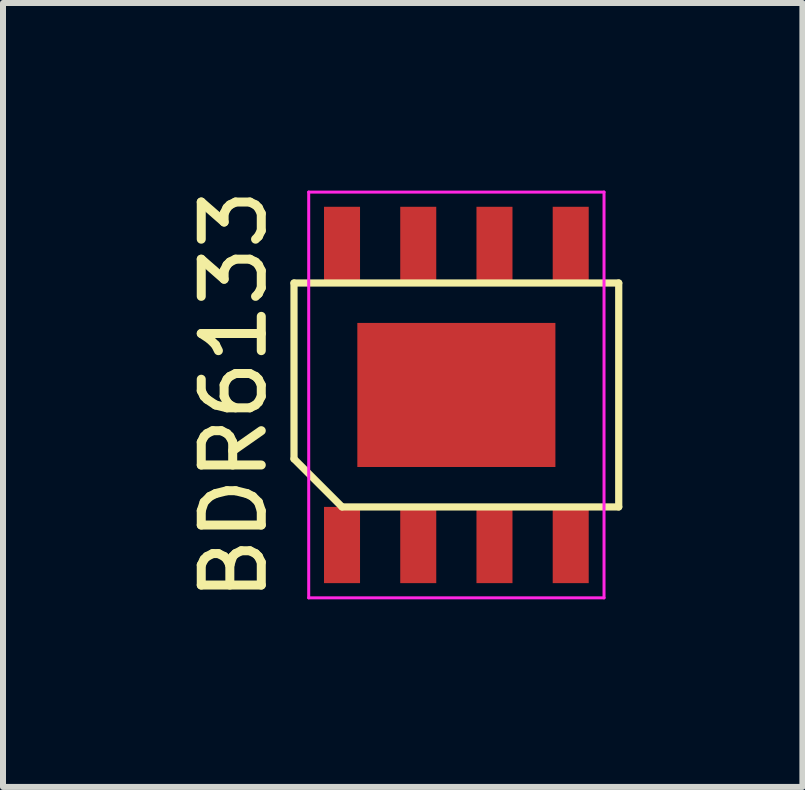
<source format=kicad_pcb>
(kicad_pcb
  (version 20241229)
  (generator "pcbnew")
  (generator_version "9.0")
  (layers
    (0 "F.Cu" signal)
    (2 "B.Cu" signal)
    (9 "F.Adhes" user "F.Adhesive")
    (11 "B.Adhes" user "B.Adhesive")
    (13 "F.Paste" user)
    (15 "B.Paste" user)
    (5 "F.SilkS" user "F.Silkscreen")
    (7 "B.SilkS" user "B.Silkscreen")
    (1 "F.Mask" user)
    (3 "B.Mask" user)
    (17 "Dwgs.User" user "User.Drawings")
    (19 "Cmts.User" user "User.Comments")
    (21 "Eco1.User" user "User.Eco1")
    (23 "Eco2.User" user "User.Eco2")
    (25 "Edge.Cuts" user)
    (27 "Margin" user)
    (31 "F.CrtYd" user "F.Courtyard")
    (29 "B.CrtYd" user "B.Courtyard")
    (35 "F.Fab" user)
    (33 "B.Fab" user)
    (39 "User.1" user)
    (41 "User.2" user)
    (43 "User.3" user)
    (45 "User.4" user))
  (footprint "BDR6133"
    (layer "F.Cu")
    (at 4.553 3.53)
    (property "Reference" "BDR6133" (at -3.705 0 90) (unlocked yes) (layer "F.SilkS") (effects (font (size 1 1) (thickness 0.15))))
    (attr smd)
    (fp_line (start -2.705 -1.865) (end 2.705 -1.865) (stroke (width 0.12) (type default)) (layer "F.SilkS"))
    (fp_line (start -2.705 1.065) (end -2.705 -1.865) (stroke (width 0.12) (type default)) (layer "F.SilkS"))
    (fp_line (start -1.905 1.865) (end -2.705 1.065) (stroke (width 0.12) (type default)) (layer "F.SilkS"))
    (fp_line (start 2.705 -1.865) (end 2.705 1.865) (stroke (width 0.12) (type default)) (layer "F.SilkS"))
    (fp_line (start 2.705 1.865) (end -1.905 1.865) (stroke (width 0.12) (type default)) (layer "F.SilkS"))
    (fp_line (start -2.46 -3.38) (end 2.46 -3.38) (stroke (width 0.05) (type default)) (layer "F.CrtYd"))
    (fp_line (start -2.46 3.38) (end -2.46 -3.38) (stroke (width 0.05) (type default)) (layer "F.CrtYd"))
    (fp_line (start 2.46 -3.38) (end 2.46 3.38) (stroke (width 0.05) (type default)) (layer "F.CrtYd"))
    (fp_line (start 2.46 3.38) (end -2.46 3.38) (stroke (width 0.05) (type default)) (layer "F.CrtYd"))
    (pad "1" smd rect (at -1.905 2.5) (size 0.6 1.27) (layers "F.Cu" "F.Mask" "F.Paste"))
    (pad "2" smd rect (at -0.635 2.5) (size 0.6 1.27) (layers "F.Cu" "F.Mask" "F.Paste"))
    (pad "3" smd rect (at 0.635 2.5) (size 0.6 1.27) (layers "F.Cu" "F.Mask" "F.Paste"))
    (pad "4" smd rect (at 1.905 2.5) (size 0.6 1.27) (layers "F.Cu" "F.Mask" "F.Paste"))
    (pad "5" smd rect (at 1.905 -2.5) (size 0.6 1.27) (layers "F.Cu" "F.Mask" "F.Paste"))
    (pad "6" smd rect (at 0.635 -2.5) (size 0.6 1.27) (layers "F.Cu" "F.Mask" "F.Paste"))
    (pad "7" smd rect (at -0.635 -2.5) (size 0.6 1.27) (layers "F.Cu" "F.Mask" "F.Paste"))
    (pad "8" smd rect (at -1.905 -2.5) (size 0.6 1.27) (layers "F.Cu" "F.Mask" "F.Paste"))
    (pad "9" smd rect (at 0 0) (size 3.3 2.4) (layers "F.Cu" "F.Mask" "F.Paste")))
  (gr_rect
    (start -3 -3)
    (end 10.318 10.06)
    (stroke (width 0.1) (type default))
    (fill no)
    (layer "Edge.Cuts")))
</source>
